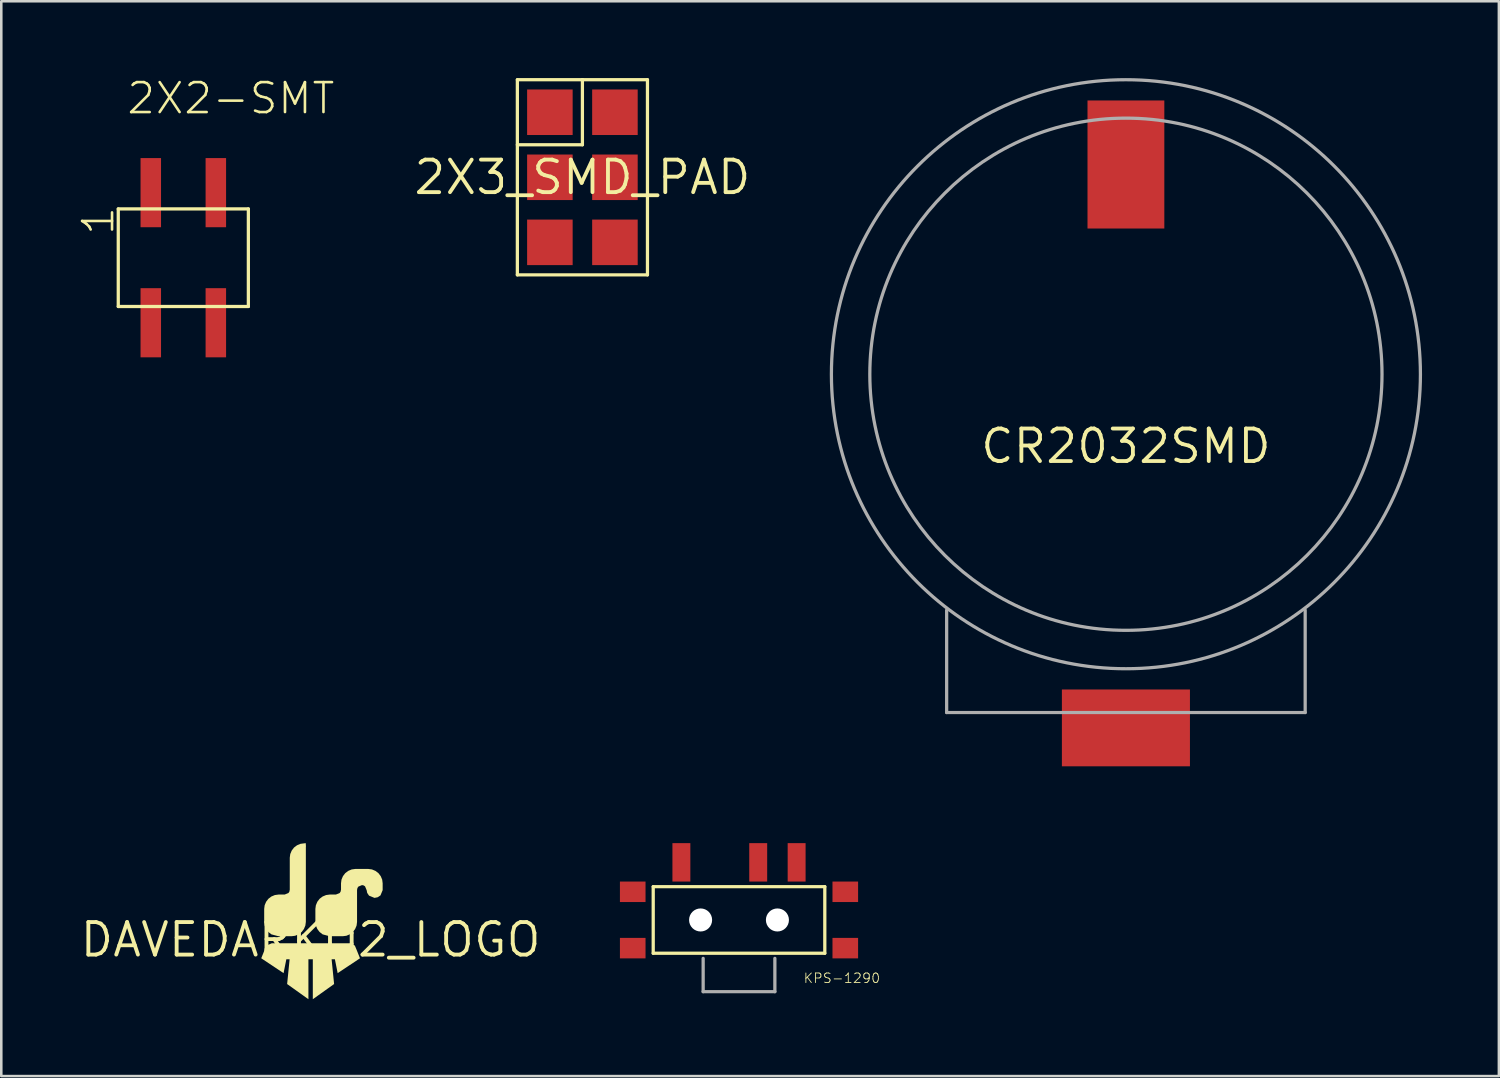
<source format=kicad_pcb>
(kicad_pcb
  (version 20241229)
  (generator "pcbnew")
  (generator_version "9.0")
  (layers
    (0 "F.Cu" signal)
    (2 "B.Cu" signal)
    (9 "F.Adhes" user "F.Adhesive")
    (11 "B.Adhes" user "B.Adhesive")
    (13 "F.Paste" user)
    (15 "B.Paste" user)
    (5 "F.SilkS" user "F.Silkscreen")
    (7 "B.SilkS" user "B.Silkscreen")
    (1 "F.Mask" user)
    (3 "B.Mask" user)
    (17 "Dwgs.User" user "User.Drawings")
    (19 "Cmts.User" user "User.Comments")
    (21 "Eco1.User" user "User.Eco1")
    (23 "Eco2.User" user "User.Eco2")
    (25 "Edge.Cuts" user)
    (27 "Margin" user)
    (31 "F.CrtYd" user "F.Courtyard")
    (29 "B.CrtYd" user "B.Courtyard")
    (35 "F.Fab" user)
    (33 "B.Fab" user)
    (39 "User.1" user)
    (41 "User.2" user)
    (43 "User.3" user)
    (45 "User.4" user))
  (footprint "2X3_SMD_PAD"
    (layer "F.Cu")
    (at 19.692 3.873)
    (property "Reference" "2X3_SMD_PAD" (at 0 0 0) (layer "F.SilkS") (effects (font (size 1.27 1.27) (thickness 0.15))))
    (fp_line (start -2.54 -3.81) (end -2.54 3.81) (stroke (width 0.127) (type solid)) (layer "F.SilkS"))
    (fp_line (start -2.54 -1.27) (end 0 -1.27) (stroke (width 0.127) (type solid)) (layer "F.SilkS"))
    (fp_line (start -2.54 3.81) (end 2.54 3.81) (stroke (width 0.127) (type solid)) (layer "F.SilkS"))
    (fp_line (start 0 -3.81) (end -2.54 -3.81) (stroke (width 0.127) (type solid)) (layer "F.SilkS"))
    (fp_line (start 0 -1.27) (end 0 -3.81) (stroke (width 0.127) (type solid)) (layer "F.SilkS"))
    (fp_line (start 2.54 -3.81) (end 0 -3.81) (stroke (width 0.127) (type solid)) (layer "F.SilkS"))
    (fp_line (start 2.54 3.81) (end 2.54 -3.81) (stroke (width 0.127) (type solid)) (layer "F.SilkS"))
    (pad "P$1" smd rect (at -1.27 -2.54 180) (size 1.778 1.778) (layers "F.Cu" "F.Mask" "F.Paste"))
    (pad "P$2" smd rect (at 1.27 -2.54 180) (size 1.778 1.778) (layers "F.Cu" "F.Mask" "F.Paste"))
    (pad "P$3" smd rect (at -1.27 0 180) (size 1.778 1.778) (layers "F.Cu" "F.Mask" "F.Paste"))
    (pad "P$4" smd rect (at 1.27 0 180) (size 1.778 1.778) (layers "F.Cu" "F.Mask" "F.Paste"))
    (pad "P$5" smd rect (at -1.27 2.54 180) (size 1.778 1.778) (layers "F.Cu" "F.Mask" "F.Paste"))
    (pad "P$6" smd rect (at 1.27 2.54 180) (size 1.778 1.778) (layers "F.Cu" "F.Mask" "F.Paste")))
  (footprint "2X2-SMT"
    (layer "F.Cu")
    (at 2.838 7.013)
    (property "Reference" "2X2-SMT" (at -1 -5.54 0) (unlocked yes) (layer "F.SilkS") (effects (font (size 1.168 1.168) (thickness 0.102)) (justify left bottom)))
    (fp_line (start -1.27 -1.905) (end -1.27 1.905) (stroke (width 0.127) (type solid)) (layer "F.SilkS"))
    (fp_line (start -1.27 1.905) (end 3.81 1.905) (stroke (width 0.127) (type solid)) (layer "F.SilkS"))
    (fp_line (start 3.81 -1.905) (end -1.27 -1.905) (stroke (width 0.127) (type solid)) (layer "F.SilkS"))
    (fp_line (start 3.81 1.905) (end 3.81 -1.905) (stroke (width 0.127) (type solid)) (layer "F.SilkS"))
    (fp_text user "1" (at -1.365 -0.812 90) (unlocked yes) (layer "F.SilkS") (effects (font (size 1.168 1.168) (thickness 0.102)) (justify left bottom)))
    (pad "1" smd rect (at 0 -2.54 90) (size 2.7 0.8) (layers "F.Cu" "F.Mask" "F.Paste"))
    (pad "2" smd rect (at 0 2.54 90) (size 2.7 0.8) (layers "F.Cu" "F.Mask" "F.Paste"))
    (pad "3" smd rect (at 2.54 -2.54 90) (size 2.7 0.8) (layers "F.Cu" "F.Mask" "F.Paste"))
    (pad "4" smd rect (at 2.54 2.54 90) (size 2.7 0.8) (layers "F.Cu" "F.Mask" "F.Paste")))
  (footprint "CR2032SMD"
    (layer "F.Cu")
    (at 40.915 14.373)
    (property "Reference" "CR2032SMD" (at 0 0 0) (layer "F.SilkS") (effects (font (size 1.27 1.27) (thickness 0.15))))
    (fp_line (start -7 10.4) (end -7 6.4) (stroke (width 0.127) (type solid)) (layer "F.Fab"))
    (fp_line (start 7 10.4) (end -7 10.4) (stroke (width 0.127) (type solid)) (layer "F.Fab"))
    (fp_line (start 7 10.4) (end 7 6.4) (stroke (width 0.127) (type solid)) (layer "F.Fab"))
    (fp_circle (center 0 -2.81) (end 10 -2.81) (stroke (width 0.127) (type solid)) (fill no) (layer "F.Fab"))
    (fp_circle (center 0 -2.81) (end 11.5 -2.81) (stroke (width 0.127) (type solid)) (fill no) (layer "F.Fab"))
    (pad "+" smd rect (at 0 11 180) (size 5 3) (layers "F.Cu" "F.Mask" "F.Paste"))
    (pad "-" smd rect (at 0 -11 90) (size 5 3) (layers "F.Cu" "F.Mask" "F.Paste")))
  (footprint "DAVEDARKO2_LOGO"
    (layer "F.Cu")
    (at 9.079 33.645)
    (property "Reference" "DAVEDARKO2_LOGO" (at 0 0 0) (layer "F.SilkS") (effects (font (size 1.27 1.27) (thickness 0.15))))
    (fp_poly (pts (xy 1.62 0.159) (xy 1.728 0.231) (xy 1.809 0.426) (xy 1.928 0.724) (xy 1.056 1.305) (xy 0.948 0.763) (xy 0.82 0.763) (xy 0.917 1.73) (xy 0.086 2.323) (xy 0.086 0.763) (xy -0.086 0.763) (xy -0.086 2.323) (xy -0.917 1.73) (xy -0.82 0.763) (xy -0.948 0.763) (xy -1.056 1.305) (xy -1.928 0.724) (xy -1.811 0.432) (xy -1.791 0.33) (xy -1.719 0.222) (xy -1.513 0.137) (xy 1.506 0.137)) (stroke (width 0) (type default)) (fill yes) (layer "F.SilkS"))
    (fp_poly (pts (xy -0.182 -3.636) (xy -0.186 -3.636) (xy -0.186 -0.696) (xy -0.205 -0.554) (xy -0.262 -0.418) (xy -0.351 -0.301) (xy -0.468 -0.212) (xy -0.604 -0.155) (xy -0.746 -0.137) (xy -1.258 -0.137) (xy -1.529 -0.209) (xy -1.649 -0.301) (xy -1.738 -0.418) (xy -1.795 -0.554) (xy -1.813 -0.696) (xy -1.813 -1.204) (xy -1.795 -1.346) (xy -1.738 -1.482) (xy -1.649 -1.599) (xy -1.532 -1.688) (xy -1.396 -1.745) (xy -1.254 -1.764) (xy -1.013 -1.764) (xy -0.865 -1.825) (xy -0.829 -1.879) (xy -0.814 -1.956) (xy -0.814 -3.204) (xy -0.795 -3.346) (xy -0.738 -3.482) (xy -0.649 -3.599) (xy -0.532 -3.688) (xy -0.396 -3.745) (xy -0.191 -3.772)) (stroke (width 0) (type default)) (fill yes) (layer "F.SilkS"))
    (fp_poly (pts (xy 2.396 -2.745) (xy 2.532 -2.688) (xy 2.649 -2.599) (xy 2.738 -2.482) (xy 2.795 -2.346) (xy 2.813 -2.204) (xy 2.813 -1.937) (xy 2.728 -1.731) (xy 2.62 -1.659) (xy 2.493 -1.634) (xy 2.281 -1.722) (xy 2.209 -1.83) (xy 2.189 -1.931) (xy 2.125 -2.085) (xy 2.071 -2.121) (xy 2.007 -2.134) (xy 1.865 -2.075) (xy 1.829 -2.021) (xy 1.813 -1.944) (xy 1.813 -0.696) (xy 1.795 -0.554) (xy 1.738 -0.418) (xy 1.649 -0.301) (xy 1.532 -0.212) (xy 1.396 -0.155) (xy 1.254 -0.137) (xy 0.742 -0.137) (xy 0.471 -0.209) (xy 0.351 -0.301) (xy 0.262 -0.418) (xy 0.205 -0.554) (xy 0.186 -0.696) (xy 0.186 -1.204) (xy 0.205 -1.346) (xy 0.262 -1.482) (xy 0.351 -1.599) (xy 0.468 -1.688) (xy 0.604 -1.745) (xy 0.746 -1.764) (xy 0.987 -1.764) (xy 1.135 -1.825) (xy 1.171 -1.879) (xy 1.187 -1.956) (xy 1.187 -2.204) (xy 1.205 -2.346) (xy 1.262 -2.482) (xy 1.351 -2.599) (xy 1.468 -2.688) (xy 1.604 -2.745) (xy 1.746 -2.764) (xy 2.254 -2.764)) (stroke (width 0) (type default)) (fill yes) (layer "F.SilkS")))
  (footprint "KPS-1290"
    (layer "F.Cu")
    (at 25.807 32.873)
    (property "Reference" "KPS-1290" (at 2.5 2.492 0) (unlocked yes) (layer "F.SilkS") (effects (font (size 0.374 0.374) (thickness 0.033)) (justify left bottom)))
    (fp_line (start -3.35 -1.3) (end -3.35 1.3) (stroke (width 0.127) (type solid)) (layer "F.SilkS"))
    (fp_line (start -3.35 1.3) (end 3.35 1.3) (stroke (width 0.127) (type solid)) (layer "F.SilkS"))
    (fp_line (start 3.35 -1.3) (end -3.35 -1.3) (stroke (width 0.127) (type solid)) (layer "F.SilkS"))
    (fp_line (start 3.35 1.3) (end 3.35 -1.3) (stroke (width 0.127) (type solid)) (layer "F.SilkS"))
    (fp_line (start -1.4 2.8) (end -1.4 1.5) (stroke (width 0.127) (type solid)) (layer "F.Fab"))
    (fp_line (start 1.4 1.5) (end 1.4 2.8) (stroke (width 0.127) (type solid)) (layer "F.Fab"))
    (fp_line (start 1.4 2.8) (end -1.4 2.8) (stroke (width 0.127) (type solid)) (layer "F.Fab"))
    (pad "" np_thru_hole circle (at -1.5 0) (size 0.9 0.9) (drill 0.9) (layers "*.Cu" "*.Mask"))
    (pad "" np_thru_hole circle (at 1.5 0) (size 0.9 0.9) (drill 0.9) (layers "*.Cu" "*.Mask"))
    (pad "O" smd rect (at -2.25 -2.25) (size 0.7 1.5) (layers "F.Cu" "F.Mask" "F.Paste"))
    (pad "P" smd rect (at 0.75 -2.25) (size 0.7 1.5) (layers "F.Cu" "F.Mask" "F.Paste"))
    (pad "P$1" smd rect (at -4.15 -1.1) (size 1 0.8) (layers "F.Cu" "F.Mask" "F.Paste"))
    (pad "P$2" smd rect (at -4.15 1.1) (size 1 0.8) (layers "F.Cu" "F.Mask" "F.Paste"))
    (pad "P$3" smd rect (at 4.15 1.1) (size 1 0.8) (layers "F.Cu" "F.Mask" "F.Paste"))
    (pad "P$4" smd rect (at 4.15 -1.1) (size 1 0.8) (layers "F.Cu" "F.Mask" "F.Paste"))
    (pad "S" smd rect (at 2.25 -2.25) (size 0.7 1.5) (layers "F.Cu" "F.Mask" "F.Paste")))
  (gr_rect
    (start -3 -3)
    (end 55.479 38.969)
    (stroke (width 0.1) (type default))
    (fill no)
    (layer "Edge.Cuts")))
</source>
